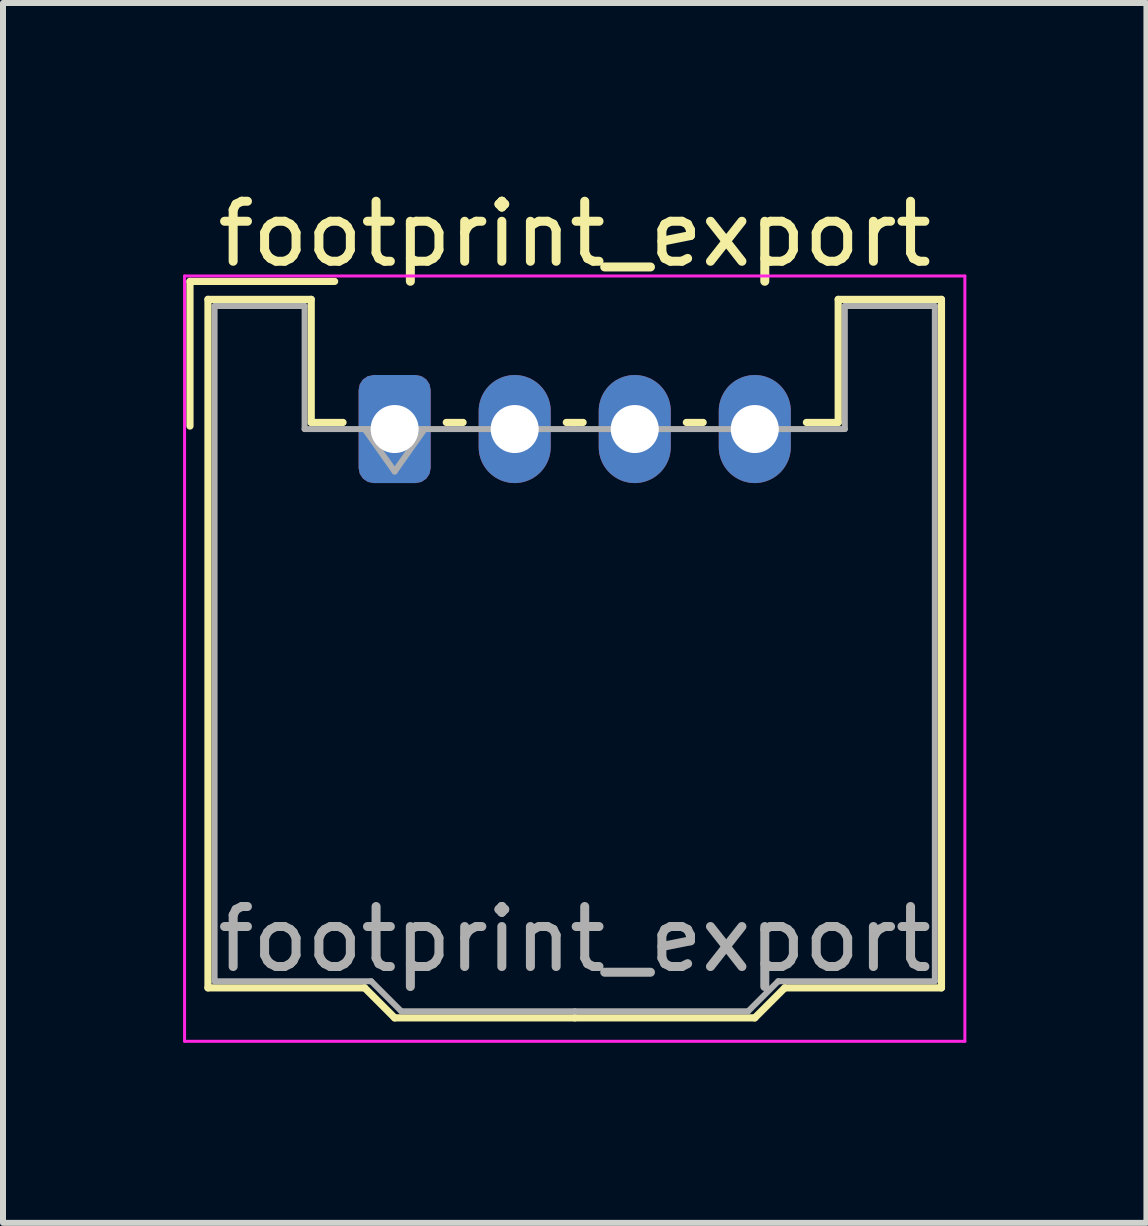
<source format=kicad_pcb>
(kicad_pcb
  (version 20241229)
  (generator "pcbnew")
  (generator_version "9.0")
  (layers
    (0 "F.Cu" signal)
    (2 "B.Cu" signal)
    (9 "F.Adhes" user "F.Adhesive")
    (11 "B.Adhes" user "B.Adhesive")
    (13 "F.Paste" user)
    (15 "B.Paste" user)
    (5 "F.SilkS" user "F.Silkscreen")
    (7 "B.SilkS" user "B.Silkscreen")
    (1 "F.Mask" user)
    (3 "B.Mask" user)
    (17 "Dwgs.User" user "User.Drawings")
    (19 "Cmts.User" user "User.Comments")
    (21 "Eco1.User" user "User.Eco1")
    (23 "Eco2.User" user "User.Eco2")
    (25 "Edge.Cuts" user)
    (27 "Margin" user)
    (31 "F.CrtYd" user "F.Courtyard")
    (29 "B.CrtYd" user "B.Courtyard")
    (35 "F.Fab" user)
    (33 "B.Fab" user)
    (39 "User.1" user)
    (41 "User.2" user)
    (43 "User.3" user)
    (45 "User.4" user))
  (footprint "footprint_export"
    (layer "F.Cu")
    (at 3.525 4.098)
    (property "Reference" "footprint_export" (at 3 -3.25 0) (layer "F.SilkS") (effects (font (size 1 1) (thickness 0.15))))
    (attr through_hole)
    (fp_line (start -3.41 -2.46) (end -1 -2.46) (stroke (width 0.12) (type solid)) (layer "F.SilkS"))
    (fp_line (start -3.41 -0.05) (end -3.41 -2.46) (stroke (width 0.12) (type solid)) (layer "F.SilkS"))
    (fp_line (start -3.11 -2.16) (end -1.39 -2.16) (stroke (width 0.12) (type solid)) (layer "F.SilkS"))
    (fp_line (start -3.11 9.31) (end -3.11 -2.16) (stroke (width 0.12) (type solid)) (layer "F.SilkS"))
    (fp_line (start -1.39 -2.16) (end -1.39 -0.11) (stroke (width 0.12) (type solid)) (layer "F.SilkS"))
    (fp_line (start -1.39 -0.11) (end -0.86 -0.11) (stroke (width 0.12) (type solid)) (layer "F.SilkS"))
    (fp_line (start -0.5 9.31) (end -3.11 9.31) (stroke (width 0.12) (type solid)) (layer "F.SilkS"))
    (fp_line (start 0 9.81) (end -0.5 9.31) (stroke (width 0.12) (type solid)) (layer "F.SilkS"))
    (fp_line (start 0.86 -0.11) (end 1.14 -0.11) (stroke (width 0.12) (type solid)) (layer "F.SilkS"))
    (fp_line (start 2.86 -0.11) (end 3.14 -0.11) (stroke (width 0.12) (type solid)) (layer "F.SilkS"))
    (fp_line (start 3 9.81) (end 0 9.81) (stroke (width 0.12) (type solid)) (layer "F.SilkS"))
    (fp_line (start 3 9.81) (end 6 9.81) (stroke (width 0.12) (type solid)) (layer "F.SilkS"))
    (fp_line (start 4.86 -0.11) (end 5.14 -0.11) (stroke (width 0.12) (type solid)) (layer "F.SilkS"))
    (fp_line (start 6 9.81) (end 6.5 9.31) (stroke (width 0.12) (type solid)) (layer "F.SilkS"))
    (fp_line (start 6.5 9.31) (end 9.11 9.31) (stroke (width 0.12) (type solid)) (layer "F.SilkS"))
    (fp_line (start 7.39 -2.16) (end 7.39 -0.11) (stroke (width 0.12) (type solid)) (layer "F.SilkS"))
    (fp_line (start 7.39 -0.11) (end 6.86 -0.11) (stroke (width 0.12) (type solid)) (layer "F.SilkS"))
    (fp_line (start 9.11 -2.16) (end 7.39 -2.16) (stroke (width 0.12) (type solid)) (layer "F.SilkS"))
    (fp_line (start 9.11 9.31) (end 9.11 -2.16) (stroke (width 0.12) (type solid)) (layer "F.SilkS"))
    (fp_line (start -3.5 -2.55) (end -3.5 10.2) (stroke (width 0.05) (type solid)) (layer "F.CrtYd"))
    (fp_line (start -3.5 10.2) (end 9.5 10.2) (stroke (width 0.05) (type solid)) (layer "F.CrtYd"))
    (fp_line (start 9.5 -2.55) (end -3.5 -2.55) (stroke (width 0.05) (type solid)) (layer "F.CrtYd"))
    (fp_line (start 9.5 10.2) (end 9.5 -2.55) (stroke (width 0.05) (type solid)) (layer "F.CrtYd"))
    (fp_line (start -3 -2.05) (end -1.5 -2.05) (stroke (width 0.1) (type solid)) (layer "F.Fab"))
    (fp_line (start -3 9.2) (end -3 -2.05) (stroke (width 0.1) (type solid)) (layer "F.Fab"))
    (fp_line (start -1.5 -2.05) (end -1.5 0) (stroke (width 0.1) (type solid)) (layer "F.Fab"))
    (fp_line (start -1.5 0) (end 3 0) (stroke (width 0.1) (type solid)) (layer "F.Fab"))
    (fp_line (start -0.5 0) (end 0 0.707) (stroke (width 0.1) (type solid)) (layer "F.Fab"))
    (fp_line (start -0.39 9.2) (end -3 9.2) (stroke (width 0.1) (type solid)) (layer "F.Fab"))
    (fp_line (start 0 0.707) (end 0.5 0) (stroke (width 0.1) (type solid)) (layer "F.Fab"))
    (fp_line (start 0.11 9.7) (end -0.39 9.2) (stroke (width 0.1) (type solid)) (layer "F.Fab"))
    (fp_line (start 3 9.7) (end 0.11 9.7) (stroke (width 0.1) (type solid)) (layer "F.Fab"))
    (fp_line (start 3 9.7) (end 5.89 9.7) (stroke (width 0.1) (type solid)) (layer "F.Fab"))
    (fp_line (start 5.89 9.7) (end 6.39 9.2) (stroke (width 0.1) (type solid)) (layer "F.Fab"))
    (fp_line (start 6.39 9.2) (end 9 9.2) (stroke (width 0.1) (type solid)) (layer "F.Fab"))
    (fp_line (start 7.5 -2.05) (end 7.5 0) (stroke (width 0.1) (type solid)) (layer "F.Fab"))
    (fp_line (start 7.5 0) (end 3 0) (stroke (width 0.1) (type solid)) (layer "F.Fab"))
    (fp_line (start 9 -2.05) (end 7.5 -2.05) (stroke (width 0.1) (type solid)) (layer "F.Fab"))
    (fp_line (start 9 9.2) (end 9 -2.05) (stroke (width 0.1) (type solid)) (layer "F.Fab"))
    (fp_text user "${REFERENCE}" (at 3 8.5 0) (layer "F.Fab") (effects (font (size 1 1) (thickness 0.15))))
    (pad "1" thru_hole roundrect (at 0 0) (size 1.2 1.8) (drill 0.8) (layers "*.Cu" "*.Mask") (roundrect_rratio 0.208))
    (pad "2" thru_hole oval (at 2 0) (size 1.2 1.8) (drill 0.8) (layers "*.Cu" "*.Mask"))
    (pad "3" thru_hole oval (at 4 0) (size 1.2 1.8) (drill 0.8) (layers "*.Cu" "*.Mask"))
    (pad "4" thru_hole oval (at 6 0) (size 1.2 1.8) (drill 0.8) (layers "*.Cu" "*.Mask")))
  (gr_rect
    (start -3 -3)
    (end 16.05 17.323)
    (stroke (width 0.1) (type default))
    (fill no)
    (layer "Edge.Cuts")))
</source>
